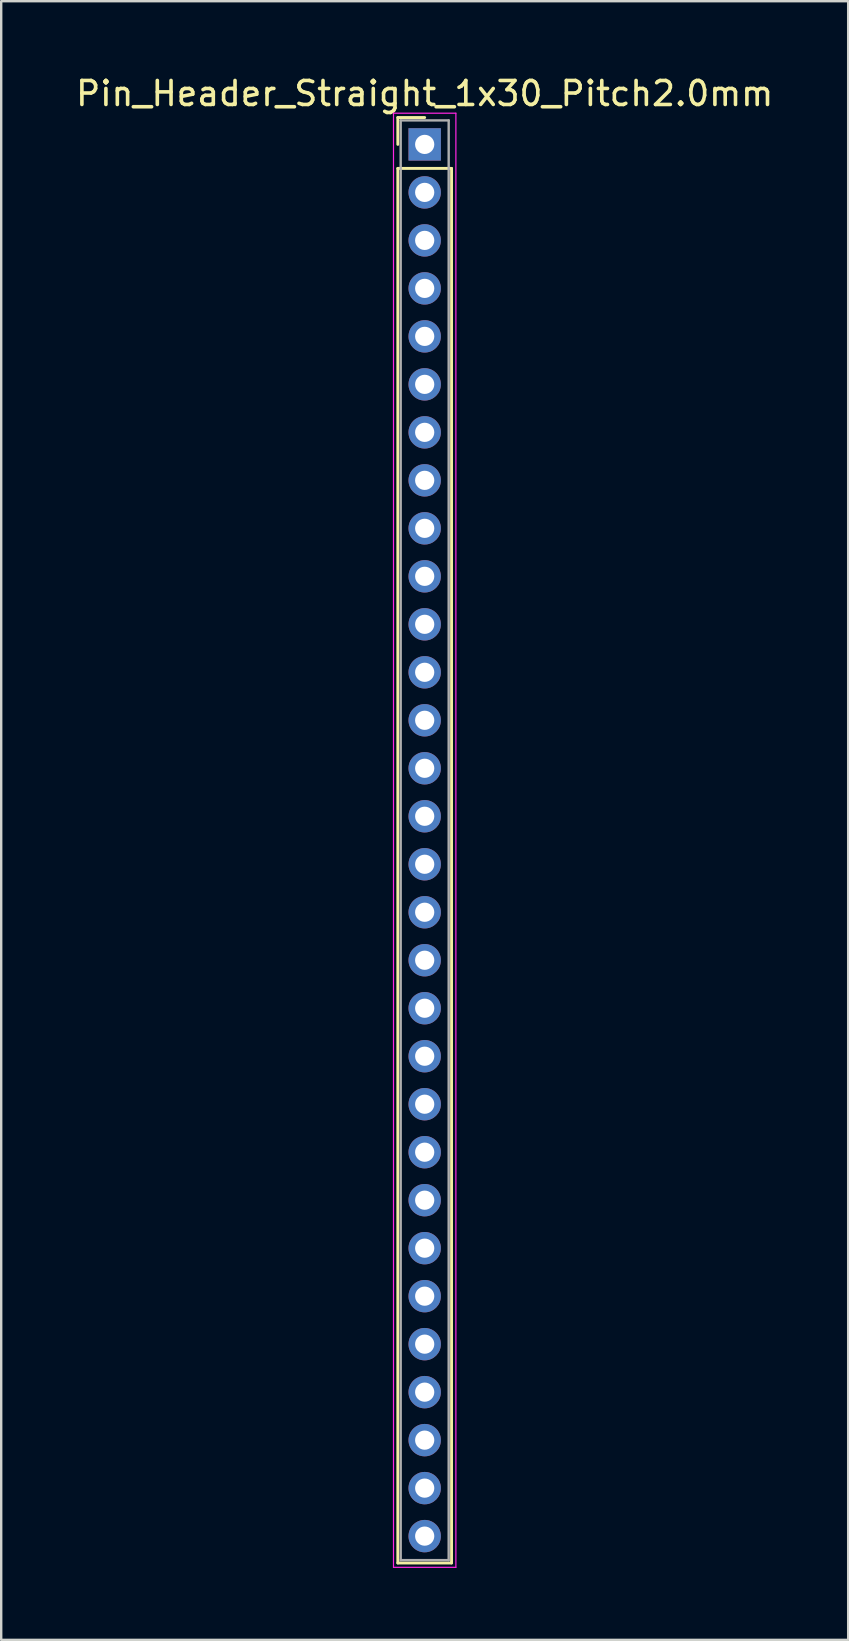
<source format=kicad_pcb>
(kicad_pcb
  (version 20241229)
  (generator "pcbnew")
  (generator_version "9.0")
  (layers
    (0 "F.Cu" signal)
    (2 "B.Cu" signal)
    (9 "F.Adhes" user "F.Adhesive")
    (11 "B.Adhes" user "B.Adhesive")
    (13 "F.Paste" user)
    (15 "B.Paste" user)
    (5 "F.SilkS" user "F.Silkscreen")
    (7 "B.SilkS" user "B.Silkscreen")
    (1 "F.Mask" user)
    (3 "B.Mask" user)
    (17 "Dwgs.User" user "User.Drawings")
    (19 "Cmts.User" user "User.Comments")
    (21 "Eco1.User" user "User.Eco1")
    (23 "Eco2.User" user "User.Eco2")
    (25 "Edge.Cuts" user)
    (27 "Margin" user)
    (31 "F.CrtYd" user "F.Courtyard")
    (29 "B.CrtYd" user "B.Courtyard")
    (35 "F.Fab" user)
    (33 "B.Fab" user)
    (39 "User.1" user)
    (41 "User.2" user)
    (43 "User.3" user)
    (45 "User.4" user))
  (footprint "Pin_Header_Straight_1x30_Pitch2.0mm"
    (layer "F.Cu")
    (at 14.649 2.968)
    (property "Reference" "Pin_Header_Straight_1x30_Pitch2.0mm" (at 0 -2.12 0) (layer "F.SilkS") (effects (font (size 1 1) (thickness 0.15))))
    (attr through_hole)
    (fp_line (start -1.12 -1.12) (end 0 -1.12) (stroke (width 0.12) (type solid)) (layer "F.SilkS"))
    (fp_line (start -1.12 0) (end -1.12 -1.12) (stroke (width 0.12) (type solid)) (layer "F.SilkS"))
    (fp_line (start -1.12 1) (end -1.12 59.12) (stroke (width 0.12) (type solid)) (layer "F.SilkS"))
    (fp_line (start -1.12 59.12) (end 1.12 59.12) (stroke (width 0.12) (type solid)) (layer "F.SilkS"))
    (fp_line (start 1.12 1) (end -1.12 1) (stroke (width 0.12) (type solid)) (layer "F.SilkS"))
    (fp_line (start 1.12 59.12) (end 1.12 1) (stroke (width 0.12) (type solid)) (layer "F.SilkS"))
    (fp_line (start -1.3 -1.3) (end -1.3 59.3) (stroke (width 0.05) (type solid)) (layer "F.CrtYd"))
    (fp_line (start -1.3 59.3) (end 1.3 59.3) (stroke (width 0.05) (type solid)) (layer "F.CrtYd"))
    (fp_line (start 1.3 -1.3) (end -1.3 -1.3) (stroke (width 0.05) (type solid)) (layer "F.CrtYd"))
    (fp_line (start 1.3 59.3) (end 1.3 -1.3) (stroke (width 0.05) (type solid)) (layer "F.CrtYd"))
    (fp_line (start -1 -1) (end -1 59) (stroke (width 0.1) (type solid)) (layer "F.Fab"))
    (fp_line (start -1 59) (end 1 59) (stroke (width 0.1) (type solid)) (layer "F.Fab"))
    (fp_line (start 1 -1) (end -1 -1) (stroke (width 0.1) (type solid)) (layer "F.Fab"))
    (fp_line (start 1 59) (end 1 -1) (stroke (width 0.1) (type solid)) (layer "F.Fab"))
    (pad "1" thru_hole rect (at 0 0) (size 1.35 1.35) (drill 0.8) (layers "*.Cu" "*.Mask"))
    (pad "2" thru_hole oval (at 0 2) (size 1.35 1.35) (drill 0.8) (layers "*.Cu" "*.Mask"))
    (pad "3" thru_hole oval (at 0 4) (size 1.35 1.35) (drill 0.8) (layers "*.Cu" "*.Mask"))
    (pad "4" thru_hole oval (at 0 6) (size 1.35 1.35) (drill 0.8) (layers "*.Cu" "*.Mask"))
    (pad "5" thru_hole oval (at 0 8) (size 1.35 1.35) (drill 0.8) (layers "*.Cu" "*.Mask"))
    (pad "6" thru_hole oval (at 0 10) (size 1.35 1.35) (drill 0.8) (layers "*.Cu" "*.Mask"))
    (pad "7" thru_hole oval (at 0 12) (size 1.35 1.35) (drill 0.8) (layers "*.Cu" "*.Mask"))
    (pad "8" thru_hole oval (at 0 14) (size 1.35 1.35) (drill 0.8) (layers "*.Cu" "*.Mask"))
    (pad "9" thru_hole oval (at 0 16) (size 1.35 1.35) (drill 0.8) (layers "*.Cu" "*.Mask"))
    (pad "10" thru_hole oval (at 0 18) (size 1.35 1.35) (drill 0.8) (layers "*.Cu" "*.Mask"))
    (pad "11" thru_hole oval (at 0 20) (size 1.35 1.35) (drill 0.8) (layers "*.Cu" "*.Mask"))
    (pad "12" thru_hole oval (at 0 22) (size 1.35 1.35) (drill 0.8) (layers "*.Cu" "*.Mask"))
    (pad "13" thru_hole oval (at 0 24) (size 1.35 1.35) (drill 0.8) (layers "*.Cu" "*.Mask"))
    (pad "14" thru_hole oval (at 0 26) (size 1.35 1.35) (drill 0.8) (layers "*.Cu" "*.Mask"))
    (pad "15" thru_hole oval (at 0 28) (size 1.35 1.35) (drill 0.8) (layers "*.Cu" "*.Mask"))
    (pad "16" thru_hole oval (at 0 30) (size 1.35 1.35) (drill 0.8) (layers "*.Cu" "*.Mask"))
    (pad "17" thru_hole oval (at 0 32) (size 1.35 1.35) (drill 0.8) (layers "*.Cu" "*.Mask"))
    (pad "18" thru_hole oval (at 0 34) (size 1.35 1.35) (drill 0.8) (layers "*.Cu" "*.Mask"))
    (pad "19" thru_hole oval (at 0 36) (size 1.35 1.35) (drill 0.8) (layers "*.Cu" "*.Mask"))
    (pad "20" thru_hole oval (at 0 38) (size 1.35 1.35) (drill 0.8) (layers "*.Cu" "*.Mask"))
    (pad "21" thru_hole oval (at 0 40) (size 1.35 1.35) (drill 0.8) (layers "*.Cu" "*.Mask"))
    (pad "22" thru_hole oval (at 0 42) (size 1.35 1.35) (drill 0.8) (layers "*.Cu" "*.Mask"))
    (pad "23" thru_hole oval (at 0 44) (size 1.35 1.35) (drill 0.8) (layers "*.Cu" "*.Mask"))
    (pad "24" thru_hole oval (at 0 46) (size 1.35 1.35) (drill 0.8) (layers "*.Cu" "*.Mask"))
    (pad "25" thru_hole oval (at 0 48) (size 1.35 1.35) (drill 0.8) (layers "*.Cu" "*.Mask"))
    (pad "26" thru_hole oval (at 0 50) (size 1.35 1.35) (drill 0.8) (layers "*.Cu" "*.Mask"))
    (pad "27" thru_hole oval (at 0 52) (size 1.35 1.35) (drill 0.8) (layers "*.Cu" "*.Mask"))
    (pad "28" thru_hole oval (at 0 54) (size 1.35 1.35) (drill 0.8) (layers "*.Cu" "*.Mask"))
    (pad "29" thru_hole oval (at 0 56) (size 1.35 1.35) (drill 0.8) (layers "*.Cu" "*.Mask"))
    (pad "30" thru_hole oval (at 0 58) (size 1.35 1.35) (drill 0.8) (layers "*.Cu" "*.Mask")))
  (gr_rect
    (start -3 -3)
    (end 32.298 65.293)
    (stroke (width 0.1) (type default))
    (fill no)
    (layer "Edge.Cuts")))
</source>
